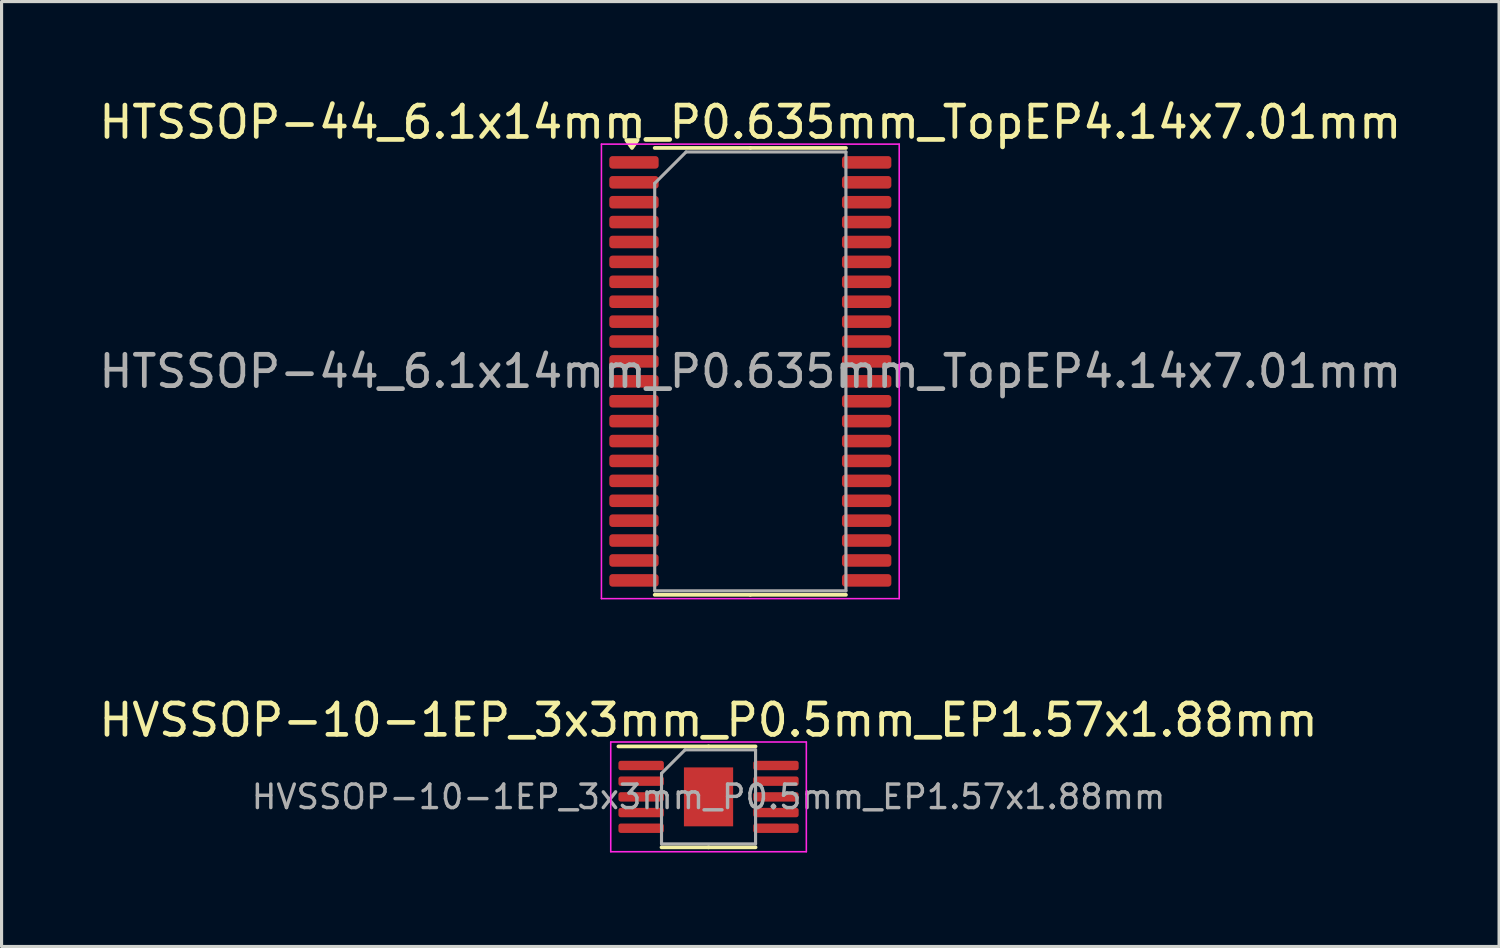
<source format=kicad_pcb>
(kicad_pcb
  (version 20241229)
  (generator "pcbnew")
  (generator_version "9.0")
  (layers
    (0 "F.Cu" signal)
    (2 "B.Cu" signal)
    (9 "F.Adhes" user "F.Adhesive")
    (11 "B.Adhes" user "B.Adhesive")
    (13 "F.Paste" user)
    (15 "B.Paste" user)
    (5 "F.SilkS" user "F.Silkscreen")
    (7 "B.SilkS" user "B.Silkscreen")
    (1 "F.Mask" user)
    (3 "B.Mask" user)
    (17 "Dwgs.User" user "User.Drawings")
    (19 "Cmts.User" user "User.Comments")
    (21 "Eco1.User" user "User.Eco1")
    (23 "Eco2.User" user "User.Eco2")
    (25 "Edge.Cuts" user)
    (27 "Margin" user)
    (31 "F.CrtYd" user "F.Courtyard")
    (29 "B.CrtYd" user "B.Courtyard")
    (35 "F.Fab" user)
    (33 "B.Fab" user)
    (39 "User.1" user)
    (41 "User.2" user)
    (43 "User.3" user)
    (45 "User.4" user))
  (footprint "HVSSOP-10-1EP_3x3mm_P0.5mm_EP1.57x1.88mm"
    (layer "F.Cu")
    (at 19.554 22.372)
    (property "Reference" "HVSSOP-10-1EP_3x3mm_P0.5mm_EP1.57x1.88mm" (at 0 -2.45 0) (layer "F.SilkS") (effects (font (size 1 1) (thickness 0.15))))
    (attr smd)
    (fp_line (start 0 -1.61) (end -2.875 -1.61) (stroke (width 0.12) (type solid)) (layer "F.SilkS"))
    (fp_line (start 0 -1.61) (end 1.5 -1.61) (stroke (width 0.12) (type solid)) (layer "F.SilkS"))
    (fp_line (start 0 1.61) (end -1.5 1.61) (stroke (width 0.12) (type solid)) (layer "F.SilkS"))
    (fp_line (start 0 1.61) (end 1.5 1.61) (stroke (width 0.12) (type solid)) (layer "F.SilkS"))
    (fp_line (start -3.12 -1.75) (end -3.12 1.75) (stroke (width 0.05) (type solid)) (layer "F.CrtYd"))
    (fp_line (start -3.12 1.75) (end 3.12 1.75) (stroke (width 0.05) (type solid)) (layer "F.CrtYd"))
    (fp_line (start 3.12 -1.75) (end -3.12 -1.75) (stroke (width 0.05) (type solid)) (layer "F.CrtYd"))
    (fp_line (start 3.12 1.75) (end 3.12 -1.75) (stroke (width 0.05) (type solid)) (layer "F.CrtYd"))
    (fp_line (start -1.5 -0.75) (end -0.75 -1.5) (stroke (width 0.1) (type solid)) (layer "F.Fab"))
    (fp_line (start -1.5 1.5) (end -1.5 -0.75) (stroke (width 0.1) (type solid)) (layer "F.Fab"))
    (fp_line (start -0.75 -1.5) (end 1.5 -1.5) (stroke (width 0.1) (type solid)) (layer "F.Fab"))
    (fp_line (start 1.5 -1.5) (end 1.5 1.5) (stroke (width 0.1) (type solid)) (layer "F.Fab"))
    (fp_line (start 1.5 1.5) (end -1.5 1.5) (stroke (width 0.1) (type solid)) (layer "F.Fab"))
    (fp_text user "${REFERENCE}" (at 0 0 0) (layer "F.Fab") (effects (font (size 0.75 0.75) (thickness 0.11))))
    (pad "" smd roundrect (at -0.39 -0.47) (size 0.63 0.76) (layers "F.Paste") (roundrect_rratio 0.25))
    (pad "" smd roundrect (at -0.39 0.47) (size 0.63 0.76) (layers "F.Paste") (roundrect_rratio 0.25))
    (pad "" smd roundrect (at 0.39 -0.47) (size 0.63 0.76) (layers "F.Paste") (roundrect_rratio 0.25))
    (pad "" smd roundrect (at 0.39 0.47) (size 0.63 0.76) (layers "F.Paste") (roundrect_rratio 0.25))
    (pad "1" smd roundrect (at -2.15 -1) (size 1.45 0.3) (layers "F.Cu" "F.Mask" "F.Paste") (roundrect_rratio 0.25))
    (pad "2" smd roundrect (at -2.15 -0.5) (size 1.45 0.3) (layers "F.Cu" "F.Mask" "F.Paste") (roundrect_rratio 0.25))
    (pad "3" smd roundrect (at -2.15 0) (size 1.45 0.3) (layers "F.Cu" "F.Mask" "F.Paste") (roundrect_rratio 0.25))
    (pad "4" smd roundrect (at -2.15 0.5) (size 1.45 0.3) (layers "F.Cu" "F.Mask" "F.Paste") (roundrect_rratio 0.25))
    (pad "5" smd roundrect (at -2.15 1) (size 1.45 0.3) (layers "F.Cu" "F.Mask" "F.Paste") (roundrect_rratio 0.25))
    (pad "6" smd roundrect (at 2.15 1) (size 1.45 0.3) (layers "F.Cu" "F.Mask" "F.Paste") (roundrect_rratio 0.25))
    (pad "7" smd roundrect (at 2.15 0.5) (size 1.45 0.3) (layers "F.Cu" "F.Mask" "F.Paste") (roundrect_rratio 0.25))
    (pad "8" smd roundrect (at 2.15 0) (size 1.45 0.3) (layers "F.Cu" "F.Mask" "F.Paste") (roundrect_rratio 0.25))
    (pad "9" smd roundrect (at 2.15 -0.5) (size 1.45 0.3) (layers "F.Cu" "F.Mask" "F.Paste") (roundrect_rratio 0.25))
    (pad "10" smd roundrect (at 2.15 -1) (size 1.45 0.3) (layers "F.Cu" "F.Mask" "F.Paste") (roundrect_rratio 0.25))
    (pad "11" smd rect (at 0 0) (size 1.57 1.88) (layers "F.Cu" "F.Mask")))
  (footprint "HTSSOP-44_6.1x14mm_P0.635mm_TopEP4.14x7.01mm"
    (layer "F.Cu")
    (at 20.887 8.798)
    (property "Reference" "HTSSOP-44_6.1x14mm_P0.635mm_TopEP4.14x7.01mm" (at 0 -7.95 0) (layer "F.SilkS") (effects (font (size 1 1) (thickness 0.15))))
    (attr smd)
    (fp_line (start 0 -7.128) (end -3.05 -7.128) (stroke (width 0.12) (type solid)) (layer "F.SilkS"))
    (fp_line (start 0 -7.128) (end 3.05 -7.128) (stroke (width 0.12) (type solid)) (layer "F.SilkS"))
    (fp_line (start 0 7.128) (end -3.05 7.128) (stroke (width 0.12) (type solid)) (layer "F.SilkS"))
    (fp_line (start 0 7.128) (end 3.05 7.128) (stroke (width 0.12) (type solid)) (layer "F.SilkS"))
    (fp_poly (pts (xy -3.775 -7.128) (xy -3.955 -7.38) (xy -3.595 -7.38) (xy -3.775 -7.128)) (stroke (width 0.12) (type solid)) (fill yes) (layer "F.SilkS"))
    (fp_line (start -4.75 -7.25) (end -4.75 7.25) (stroke (width 0.05) (type solid)) (layer "F.CrtYd"))
    (fp_line (start -4.75 7.25) (end 4.75 7.25) (stroke (width 0.05) (type solid)) (layer "F.CrtYd"))
    (fp_line (start 4.75 -7.25) (end -4.75 -7.25) (stroke (width 0.05) (type solid)) (layer "F.CrtYd"))
    (fp_line (start 4.75 7.25) (end 4.75 -7.25) (stroke (width 0.05) (type solid)) (layer "F.CrtYd"))
    (fp_line (start -3.05 -6) (end -2.05 -7) (stroke (width 0.1) (type solid)) (layer "F.Fab"))
    (fp_line (start -3.05 7) (end -3.05 -6) (stroke (width 0.1) (type solid)) (layer "F.Fab"))
    (fp_line (start -2.05 -7) (end 3.05 -7) (stroke (width 0.1) (type solid)) (layer "F.Fab"))
    (fp_line (start 3.05 -7) (end 3.05 7) (stroke (width 0.1) (type solid)) (layer "F.Fab"))
    (fp_line (start 3.05 7) (end -3.05 7) (stroke (width 0.1) (type solid)) (layer "F.Fab"))
    (fp_text user "${REFERENCE}" (at 0 0 0) (layer "F.Fab") (effects (font (size 1 1) (thickness 0.15))))
    (pad "1" smd roundrect (at -3.712 -6.668) (size 1.575 0.4) (layers "F.Cu" "F.Mask" "F.Paste") (roundrect_rratio 0.25))
    (pad "2" smd roundrect (at -3.712 -6.032) (size 1.575 0.4) (layers "F.Cu" "F.Mask" "F.Paste") (roundrect_rratio 0.25))
    (pad "3" smd roundrect (at -3.712 -5.397) (size 1.575 0.4) (layers "F.Cu" "F.Mask" "F.Paste") (roundrect_rratio 0.25))
    (pad "4" smd roundrect (at -3.712 -4.763) (size 1.575 0.4) (layers "F.Cu" "F.Mask" "F.Paste") (roundrect_rratio 0.25))
    (pad "5" smd roundrect (at -3.712 -4.128) (size 1.575 0.4) (layers "F.Cu" "F.Mask" "F.Paste") (roundrect_rratio 0.25))
    (pad "6" smd roundrect (at -3.712 -3.493) (size 1.575 0.4) (layers "F.Cu" "F.Mask" "F.Paste") (roundrect_rratio 0.25))
    (pad "7" smd roundrect (at -3.712 -2.857) (size 1.575 0.4) (layers "F.Cu" "F.Mask" "F.Paste") (roundrect_rratio 0.25))
    (pad "8" smd roundrect (at -3.712 -2.223) (size 1.575 0.4) (layers "F.Cu" "F.Mask" "F.Paste") (roundrect_rratio 0.25))
    (pad "9" smd roundrect (at -3.712 -1.587) (size 1.575 0.4) (layers "F.Cu" "F.Mask" "F.Paste") (roundrect_rratio 0.25))
    (pad "10" smd roundrect (at -3.712 -0.953) (size 1.575 0.4) (layers "F.Cu" "F.Mask" "F.Paste") (roundrect_rratio 0.25))
    (pad "11" smd roundrect (at -3.712 -0.318) (size 1.575 0.4) (layers "F.Cu" "F.Mask" "F.Paste") (roundrect_rratio 0.25))
    (pad "12" smd roundrect (at -3.712 0.318) (size 1.575 0.4) (layers "F.Cu" "F.Mask" "F.Paste") (roundrect_rratio 0.25))
    (pad "13" smd roundrect (at -3.712 0.953) (size 1.575 0.4) (layers "F.Cu" "F.Mask" "F.Paste") (roundrect_rratio 0.25))
    (pad "14" smd roundrect (at -3.712 1.587) (size 1.575 0.4) (layers "F.Cu" "F.Mask" "F.Paste") (roundrect_rratio 0.25))
    (pad "15" smd roundrect (at -3.712 2.223) (size 1.575 0.4) (layers "F.Cu" "F.Mask" "F.Paste") (roundrect_rratio 0.25))
    (pad "16" smd roundrect (at -3.712 2.857) (size 1.575 0.4) (layers "F.Cu" "F.Mask" "F.Paste") (roundrect_rratio 0.25))
    (pad "17" smd roundrect (at -3.712 3.493) (size 1.575 0.4) (layers "F.Cu" "F.Mask" "F.Paste") (roundrect_rratio 0.25))
    (pad "18" smd roundrect (at -3.712 4.128) (size 1.575 0.4) (layers "F.Cu" "F.Mask" "F.Paste") (roundrect_rratio 0.25))
    (pad "19" smd roundrect (at -3.712 4.763) (size 1.575 0.4) (layers "F.Cu" "F.Mask" "F.Paste") (roundrect_rratio 0.25))
    (pad "20" smd roundrect (at -3.712 5.397) (size 1.575 0.4) (layers "F.Cu" "F.Mask" "F.Paste") (roundrect_rratio 0.25))
    (pad "21" smd roundrect (at -3.712 6.032) (size 1.575 0.4) (layers "F.Cu" "F.Mask" "F.Paste") (roundrect_rratio 0.25))
    (pad "22" smd roundrect (at -3.712 6.668) (size 1.575 0.4) (layers "F.Cu" "F.Mask" "F.Paste") (roundrect_rratio 0.25))
    (pad "23" smd roundrect (at 3.712 6.668) (size 1.575 0.4) (layers "F.Cu" "F.Mask" "F.Paste") (roundrect_rratio 0.25))
    (pad "24" smd roundrect (at 3.712 6.032) (size 1.575 0.4) (layers "F.Cu" "F.Mask" "F.Paste") (roundrect_rratio 0.25))
    (pad "25" smd roundrect (at 3.712 5.397) (size 1.575 0.4) (layers "F.Cu" "F.Mask" "F.Paste") (roundrect_rratio 0.25))
    (pad "26" smd roundrect (at 3.712 4.763) (size 1.575 0.4) (layers "F.Cu" "F.Mask" "F.Paste") (roundrect_rratio 0.25))
    (pad "27" smd roundrect (at 3.712 4.128) (size 1.575 0.4) (layers "F.Cu" "F.Mask" "F.Paste") (roundrect_rratio 0.25))
    (pad "28" smd roundrect (at 3.712 3.493) (size 1.575 0.4) (layers "F.Cu" "F.Mask" "F.Paste") (roundrect_rratio 0.25))
    (pad "29" smd roundrect (at 3.712 2.857) (size 1.575 0.4) (layers "F.Cu" "F.Mask" "F.Paste") (roundrect_rratio 0.25))
    (pad "30" smd roundrect (at 3.712 2.223) (size 1.575 0.4) (layers "F.Cu" "F.Mask" "F.Paste") (roundrect_rratio 0.25))
    (pad "31" smd roundrect (at 3.712 1.587) (size 1.575 0.4) (layers "F.Cu" "F.Mask" "F.Paste") (roundrect_rratio 0.25))
    (pad "32" smd roundrect (at 3.712 0.953) (size 1.575 0.4) (layers "F.Cu" "F.Mask" "F.Paste") (roundrect_rratio 0.25))
    (pad "33" smd roundrect (at 3.712 0.318) (size 1.575 0.4) (layers "F.Cu" "F.Mask" "F.Paste") (roundrect_rratio 0.25))
    (pad "34" smd roundrect (at 3.712 -0.318) (size 1.575 0.4) (layers "F.Cu" "F.Mask" "F.Paste") (roundrect_rratio 0.25))
    (pad "35" smd roundrect (at 3.712 -0.953) (size 1.575 0.4) (layers "F.Cu" "F.Mask" "F.Paste") (roundrect_rratio 0.25))
    (pad "36" smd roundrect (at 3.712 -1.587) (size 1.575 0.4) (layers "F.Cu" "F.Mask" "F.Paste") (roundrect_rratio 0.25))
    (pad "37" smd roundrect (at 3.712 -2.223) (size 1.575 0.4) (layers "F.Cu" "F.Mask" "F.Paste") (roundrect_rratio 0.25))
    (pad "38" smd roundrect (at 3.712 -2.857) (size 1.575 0.4) (layers "F.Cu" "F.Mask" "F.Paste") (roundrect_rratio 0.25))
    (pad "39" smd roundrect (at 3.712 -3.493) (size 1.575 0.4) (layers "F.Cu" "F.Mask" "F.Paste") (roundrect_rratio 0.25))
    (pad "40" smd roundrect (at 3.712 -4.128) (size 1.575 0.4) (layers "F.Cu" "F.Mask" "F.Paste") (roundrect_rratio 0.25))
    (pad "41" smd roundrect (at 3.712 -4.763) (size 1.575 0.4) (layers "F.Cu" "F.Mask" "F.Paste") (roundrect_rratio 0.25))
    (pad "42" smd roundrect (at 3.712 -5.397) (size 1.575 0.4) (layers "F.Cu" "F.Mask" "F.Paste") (roundrect_rratio 0.25))
    (pad "43" smd roundrect (at 3.712 -6.032) (size 1.575 0.4) (layers "F.Cu" "F.Mask" "F.Paste") (roundrect_rratio 0.25))
    (pad "44" smd roundrect (at 3.712 -6.668) (size 1.575 0.4) (layers "F.Cu" "F.Mask" "F.Paste") (roundrect_rratio 0.25)))
  (gr_rect
    (start -3 -3)
    (end 44.774 27.146)
    (stroke (width 0.1) (type default))
    (fill no)
    (layer "Edge.Cuts")))
</source>
